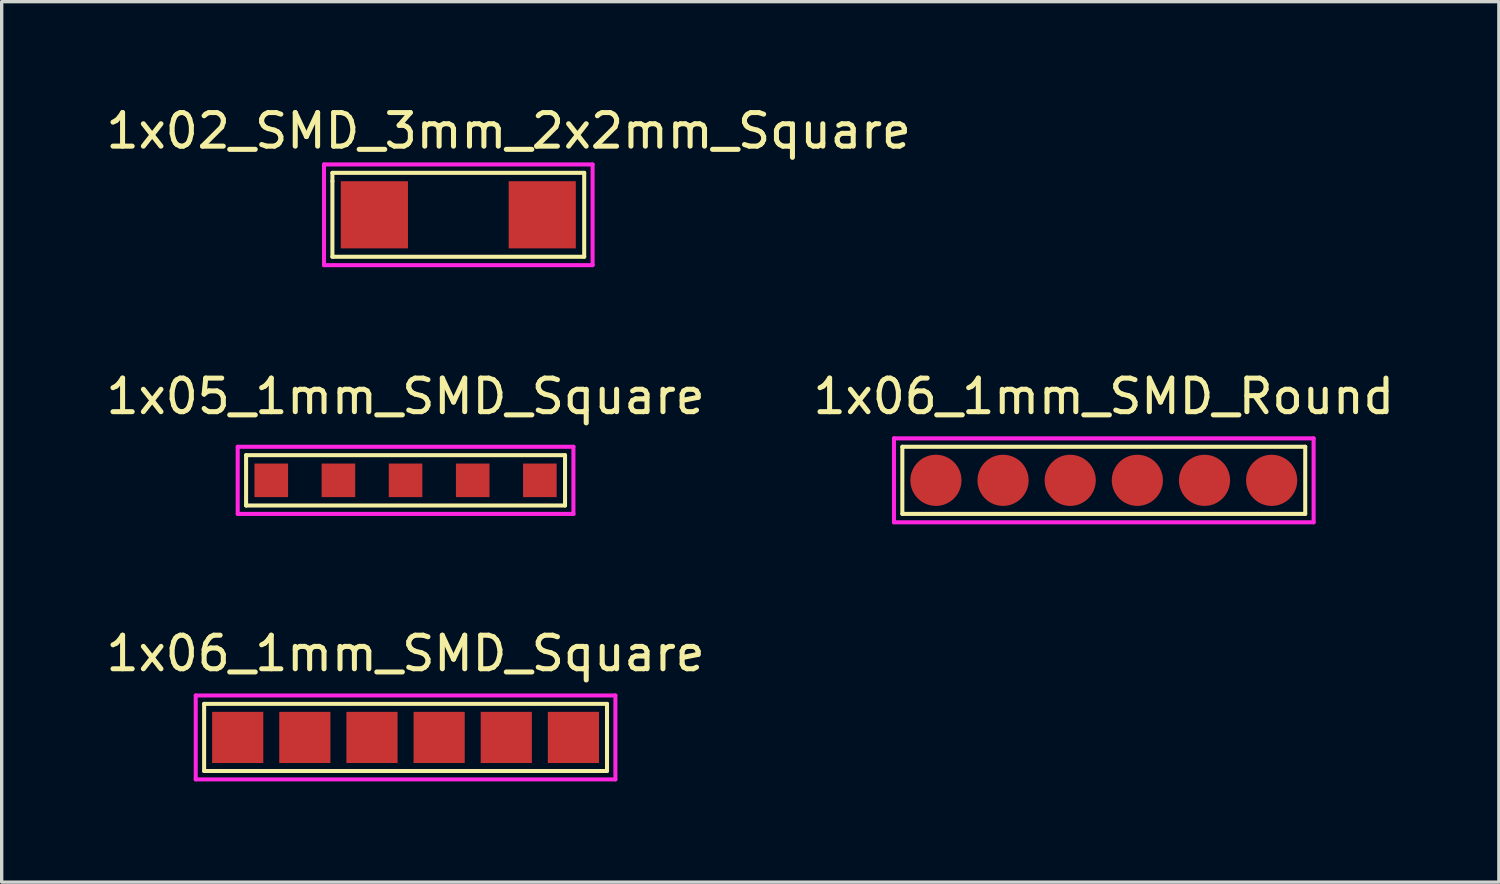
<source format=kicad_pcb>
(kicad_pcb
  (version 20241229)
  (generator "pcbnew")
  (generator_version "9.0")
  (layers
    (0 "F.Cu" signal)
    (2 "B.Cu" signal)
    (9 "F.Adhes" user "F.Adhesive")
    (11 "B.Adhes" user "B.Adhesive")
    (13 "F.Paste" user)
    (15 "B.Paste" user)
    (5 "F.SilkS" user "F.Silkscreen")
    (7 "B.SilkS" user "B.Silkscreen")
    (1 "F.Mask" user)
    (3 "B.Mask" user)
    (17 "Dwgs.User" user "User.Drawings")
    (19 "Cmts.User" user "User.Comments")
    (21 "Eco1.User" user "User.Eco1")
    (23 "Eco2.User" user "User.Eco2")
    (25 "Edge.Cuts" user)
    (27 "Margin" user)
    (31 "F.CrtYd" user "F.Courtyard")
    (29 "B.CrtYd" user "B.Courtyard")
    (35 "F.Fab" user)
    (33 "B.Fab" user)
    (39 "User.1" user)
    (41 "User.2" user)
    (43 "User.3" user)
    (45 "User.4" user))
  (footprint "1x06_1mm_SMD_Round"
    (layer "F.Cu")
    (at 29.827 8.257)
    (property "Reference" "1x06_1mm_SMD_Round" (at 0 0.5 0) (layer "F.SilkS") (effects (font (size 1 1) (thickness 0.15))))
    (attr through_hole)
    (fp_line (start -6 2) (end -6 4) (stroke (width 0.12) (type solid)) (layer "F.SilkS"))
    (fp_line (start -6 4) (end 6 4) (stroke (width 0.12) (type solid)) (layer "F.SilkS"))
    (fp_line (start 6 2) (end -6 2) (stroke (width 0.12) (type solid)) (layer "F.SilkS"))
    (fp_line (start 6 4) (end 6 2) (stroke (width 0.12) (type solid)) (layer "F.SilkS"))
    (fp_line (start -6.25 1.75) (end -6.25 4.25) (stroke (width 0.12) (type solid)) (layer "F.CrtYd"))
    (fp_line (start -6.25 4.25) (end 6.25 4.25) (stroke (width 0.12) (type solid)) (layer "F.CrtYd"))
    (fp_line (start 6.25 1.75) (end -6.25 1.75) (stroke (width 0.12) (type solid)) (layer "F.CrtYd"))
    (fp_line (start 6.25 4.25) (end 6.25 1.75) (stroke (width 0.12) (type solid)) (layer "F.CrtYd"))
    (pad "1" smd circle (at -5 3) (size 1.524 1.524) (layers "F.Cu" "F.Mask" "F.Paste"))
    (pad "2" smd circle (at -3 3) (size 1.524 1.524) (layers "F.Cu" "F.Mask" "F.Paste"))
    (pad "3" smd circle (at -1 3) (size 1.524 1.524) (layers "F.Cu" "F.Mask" "F.Paste"))
    (pad "4" smd circle (at 1 3) (size 1.524 1.524) (layers "F.Cu" "F.Mask" "F.Paste"))
    (pad "5" smd circle (at 3 3) (size 1.524 1.524) (layers "F.Cu" "F.Mask" "F.Paste"))
    (pad "6" smd circle (at 5 3) (size 1.524 1.524) (layers "F.Cu" "F.Mask" "F.Paste")))
  (footprint "1x02_SMD_3mm_2x2mm_Square"
    (layer "F.Cu")
    (at 12.101 0.348)
    (property "Reference" "1x02_SMD_3mm_2x2mm_Square" (at 0 0.5 0) (layer "F.SilkS") (effects (font (size 1 1) (thickness 0.15))))
    (attr through_hole)
    (fp_line (start -5.25 1.75) (end -5.25 2) (stroke (width 0.12) (type solid)) (layer "F.SilkS"))
    (fp_line (start -5.25 2) (end -5.25 4.25) (stroke (width 0.12) (type solid)) (layer "F.SilkS"))
    (fp_line (start -5.25 4.25) (end 2.25 4.25) (stroke (width 0.12) (type solid)) (layer "F.SilkS"))
    (fp_line (start 2.25 1.75) (end -5.25 1.75) (stroke (width 0.12) (type solid)) (layer "F.SilkS"))
    (fp_line (start 2.25 4.25) (end 2.25 1.75) (stroke (width 0.12) (type solid)) (layer "F.SilkS"))
    (fp_line (start -5.5 1.5) (end -5.5 4.5) (stroke (width 0.12) (type solid)) (layer "F.CrtYd"))
    (fp_line (start -5.5 4.5) (end 2.5 4.5) (stroke (width 0.12) (type solid)) (layer "F.CrtYd"))
    (fp_line (start 2.5 1.5) (end -5.5 1.5) (stroke (width 0.12) (type solid)) (layer "F.CrtYd"))
    (fp_line (start 2.5 4.5) (end 2.5 1.5) (stroke (width 0.12) (type solid)) (layer "F.CrtYd"))
    (pad "1" smd rect (at -4 3) (size 2 2) (layers "F.Cu" "F.Mask" "F.Paste"))
    (pad "2" smd rect (at 1 3) (size 2 2) (layers "F.Cu" "F.Mask" "F.Paste")))
  (footprint "1x05_1mm_SMD_Square"
    (layer "F.Cu")
    (at 9.03 8.257)
    (property "Reference" "1x05_1mm_SMD_Square" (at 0 0.5 0) (layer "F.SilkS") (effects (font (size 1 1) (thickness 0.15))))
    (attr through_hole)
    (fp_line (start -4.75 2.25) (end -4.75 3.75) (stroke (width 0.12) (type solid)) (layer "F.SilkS"))
    (fp_line (start -4.75 3.75) (end 4.75 3.75) (stroke (width 0.12) (type solid)) (layer "F.SilkS"))
    (fp_line (start 4.75 2.25) (end -4.75 2.25) (stroke (width 0.12) (type solid)) (layer "F.SilkS"))
    (fp_line (start 4.75 3.75) (end 4.75 2.25) (stroke (width 0.12) (type solid)) (layer "F.SilkS"))
    (fp_line (start -5 2) (end -5 4) (stroke (width 0.12) (type solid)) (layer "F.CrtYd"))
    (fp_line (start -5 4) (end 5 4) (stroke (width 0.12) (type solid)) (layer "F.CrtYd"))
    (fp_line (start 5 2) (end -5 2) (stroke (width 0.12) (type solid)) (layer "F.CrtYd"))
    (fp_line (start 5 4) (end 5 2) (stroke (width 0.12) (type solid)) (layer "F.CrtYd"))
    (pad "1" smd rect (at -4 3) (size 1 1) (layers "F.Cu" "F.Mask" "F.Paste"))
    (pad "1" smd rect (at -2 3) (size 1 1) (layers "F.Cu" "F.Mask" "F.Paste"))
    (pad "1" smd rect (at 0 3) (size 1 1) (layers "F.Cu" "F.Mask" "F.Paste"))
    (pad "1" smd rect (at 2 3) (size 1 1) (layers "F.Cu" "F.Mask" "F.Paste"))
    (pad "1" smd rect (at 4 3) (size 1 1) (layers "F.Cu" "F.Mask" "F.Paste")))
  (footprint "1x06_1mm_SMD_Square"
    (layer "F.Cu")
    (at 9.03 15.915)
    (property "Reference" "1x06_1mm_SMD_Square" (at 0 0.5 0) (layer "F.SilkS") (effects (font (size 1 1) (thickness 0.15))))
    (attr through_hole)
    (fp_line (start -6 2) (end -6 4) (stroke (width 0.12) (type solid)) (layer "F.SilkS"))
    (fp_line (start -6 4) (end 6 4) (stroke (width 0.12) (type solid)) (layer "F.SilkS"))
    (fp_line (start 6 2) (end -6 2) (stroke (width 0.12) (type solid)) (layer "F.SilkS"))
    (fp_line (start 6 4) (end 6 2) (stroke (width 0.12) (type solid)) (layer "F.SilkS"))
    (fp_line (start -6.25 1.75) (end -6.25 4.25) (stroke (width 0.12) (type solid)) (layer "F.CrtYd"))
    (fp_line (start -6.25 4.25) (end 6.25 4.25) (stroke (width 0.12) (type solid)) (layer "F.CrtYd"))
    (fp_line (start 6.25 1.75) (end -6.25 1.75) (stroke (width 0.12) (type solid)) (layer "F.CrtYd"))
    (fp_line (start 6.25 4.25) (end 6.25 1.75) (stroke (width 0.12) (type solid)) (layer "F.CrtYd"))
    (pad "1" smd rect (at -5 3) (size 1.524 1.524) (layers "F.Cu" "F.Mask" "F.Paste"))
    (pad "2" smd rect (at -3 3) (size 1.524 1.524) (layers "F.Cu" "F.Mask" "F.Paste"))
    (pad "3" smd rect (at -1 3) (size 1.524 1.524) (layers "F.Cu" "F.Mask" "F.Paste"))
    (pad "4" smd rect (at 1 3) (size 1.524 1.524) (layers "F.Cu" "F.Mask" "F.Paste"))
    (pad "5" smd rect (at 3 3) (size 1.524 1.524) (layers "F.Cu" "F.Mask" "F.Paste"))
    (pad "6" smd rect (at 5 3) (size 1.524 1.524) (layers "F.Cu" "F.Mask" "F.Paste")))
  (gr_rect
    (start -3 -3)
    (end 41.595 23.225)
    (stroke (width 0.1) (type default))
    (fill no)
    (layer "Edge.Cuts")))
</source>
